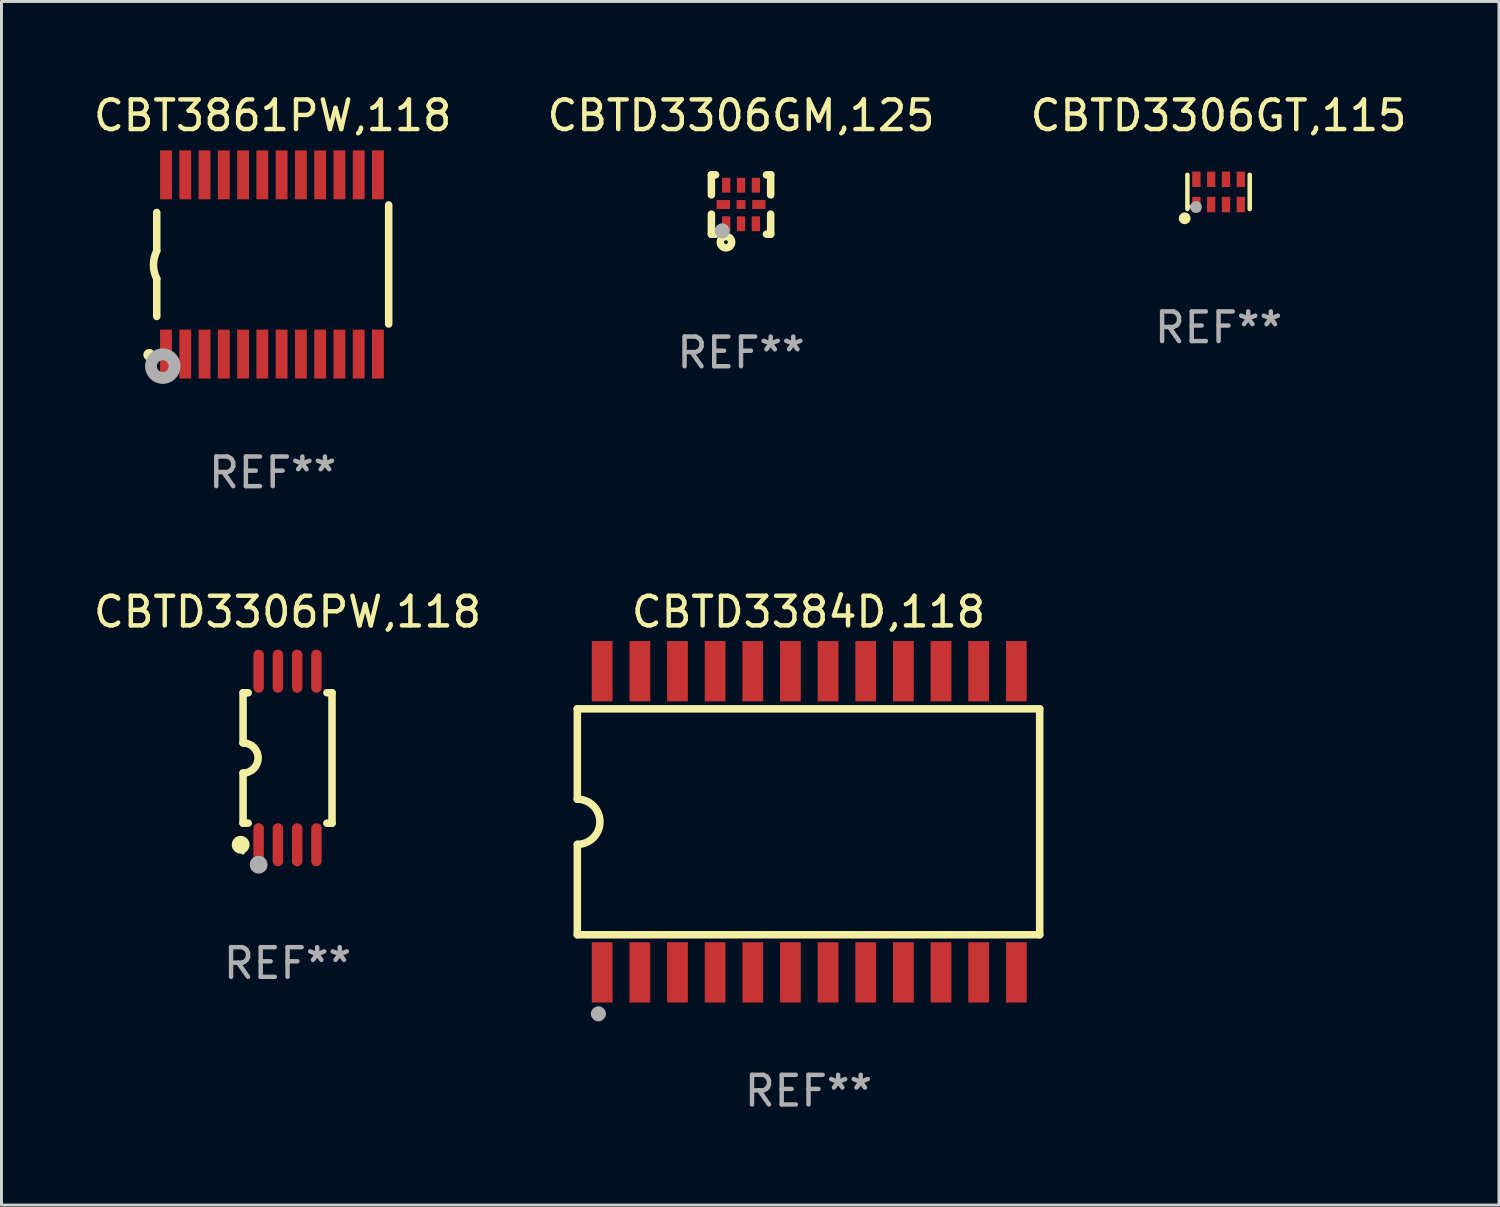
<source format=kicad_pcb>
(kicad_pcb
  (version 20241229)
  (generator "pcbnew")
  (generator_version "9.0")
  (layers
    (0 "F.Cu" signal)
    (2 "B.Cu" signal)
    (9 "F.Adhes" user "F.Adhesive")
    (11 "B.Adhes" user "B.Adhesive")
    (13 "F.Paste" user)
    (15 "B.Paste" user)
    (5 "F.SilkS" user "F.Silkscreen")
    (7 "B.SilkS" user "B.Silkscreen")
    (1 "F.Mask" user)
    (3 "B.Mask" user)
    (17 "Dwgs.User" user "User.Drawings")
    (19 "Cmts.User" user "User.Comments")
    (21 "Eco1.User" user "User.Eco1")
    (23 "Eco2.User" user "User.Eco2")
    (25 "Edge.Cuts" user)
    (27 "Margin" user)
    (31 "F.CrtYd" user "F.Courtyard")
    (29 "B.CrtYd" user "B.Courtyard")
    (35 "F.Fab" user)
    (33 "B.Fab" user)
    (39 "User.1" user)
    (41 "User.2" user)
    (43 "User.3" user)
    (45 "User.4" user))
  (footprint "CBT3861PW,118"
    (layer "F.Cu")
    (at 6.149 5.871)
    (property "Reference" "CBT3861PW,118" (at 0 -5.023 0) (layer "F.SilkS") (effects (font (size 1 1) (thickness 0.15))))
    (attr through_hole)
    (fp_line (start -3.912 -0.483) (end -3.912 -1.753) (stroke (width 0.254) (type solid)) (layer "F.SilkS"))
    (fp_line (start -3.912 1.753) (end -3.912 0.483) (stroke (width 0.254) (type solid)) (layer "F.SilkS"))
    (fp_line (start 3.912 -2.007) (end 3.912 2.007) (stroke (width 0.254) (type solid)) (layer "F.SilkS"))
    (fp_arc (start -3.911608 0.482601) (mid -4.022537 0.0127) (end -3.911608 -0.457201) (stroke (width 0.254001) (type solid)) (layer "F.SilkS"))
    (fp_circle (center -4.166 3.048) (end -4.066 3.048) (stroke (width 0.2) (type solid)) (fill no) (layer "F.SilkS"))
    (fp_circle (center -3.925 3.186) (end -3.895 3.186) (stroke (width 0.06) (type solid)) (fill no) (layer "F.SilkS"))
    (fp_circle (center -3.708 3.429) (end -3.509 3.429) (stroke (width 0.4) (type solid)) (fill no) (layer "F.Fab"))
    (fp_text user "REF**" (at 0 7.023 0) (layer "F.Fab") (effects (font (size 1 1) (thickness 0.15))))
    (pad "1" smd rect (at -3.6 3.023) (size 0.4 1.65) (layers "F.Cu" "F.Mask" "F.Paste"))
    (pad "2" smd rect (at -2.95 3.023) (size 0.4 1.65) (layers "F.Cu" "F.Mask" "F.Paste"))
    (pad "3" smd rect (at -2.3 3.023) (size 0.4 1.65) (layers "F.Cu" "F.Mask" "F.Paste"))
    (pad "4" smd rect (at -1.65 3.023) (size 0.4 1.65) (layers "F.Cu" "F.Mask" "F.Paste"))
    (pad "5" smd rect (at -1 3.023) (size 0.4 1.65) (layers "F.Cu" "F.Mask" "F.Paste"))
    (pad "6" smd rect (at -0.35 3.023) (size 0.4 1.65) (layers "F.Cu" "F.Mask" "F.Paste"))
    (pad "7" smd rect (at 0.299 3.023) (size 0.4 1.65) (layers "F.Cu" "F.Mask" "F.Paste"))
    (pad "8" smd rect (at 0.95 3.023) (size 0.4 1.65) (layers "F.Cu" "F.Mask" "F.Paste"))
    (pad "9" smd rect (at 1.6 3.023) (size 0.4 1.65) (layers "F.Cu" "F.Mask" "F.Paste"))
    (pad "10" smd rect (at 2.25 3.023) (size 0.4 1.65) (layers "F.Cu" "F.Mask" "F.Paste"))
    (pad "11" smd rect (at 2.9 3.023) (size 0.4 1.65) (layers "F.Cu" "F.Mask" "F.Paste"))
    (pad "12" smd rect (at 3.549 3.023) (size 0.4 1.65) (layers "F.Cu" "F.Mask" "F.Paste"))
    (pad "13" smd rect (at 3.549 -3.023) (size 0.4 1.65) (layers "F.Cu" "F.Mask" "F.Paste"))
    (pad "14" smd rect (at 2.9 -3.023) (size 0.4 1.65) (layers "F.Cu" "F.Mask" "F.Paste"))
    (pad "15" smd rect (at 2.25 -3.023) (size 0.4 1.65) (layers "F.Cu" "F.Mask" "F.Paste"))
    (pad "16" smd rect (at 1.6 -3.023) (size 0.4 1.65) (layers "F.Cu" "F.Mask" "F.Paste"))
    (pad "17" smd rect (at 0.95 -3.023) (size 0.4 1.65) (layers "F.Cu" "F.Mask" "F.Paste"))
    (pad "18" smd rect (at 0.299 -3.023) (size 0.4 1.65) (layers "F.Cu" "F.Mask" "F.Paste"))
    (pad "19" smd rect (at -0.35 -3.023) (size 0.4 1.65) (layers "F.Cu" "F.Mask" "F.Paste"))
    (pad "20" smd rect (at -1 -3.023) (size 0.4 1.65) (layers "F.Cu" "F.Mask" "F.Paste"))
    (pad "21" smd rect (at -1.65 -3.023) (size 0.4 1.65) (layers "F.Cu" "F.Mask" "F.Paste"))
    (pad "22" smd rect (at -2.3 -3.023) (size 0.4 1.65) (layers "F.Cu" "F.Mask" "F.Paste"))
    (pad "23" smd rect (at -2.95 -3.023) (size 0.4 1.65) (layers "F.Cu" "F.Mask" "F.Paste"))
    (pad "24" smd rect (at -3.6 -3.023) (size 0.4 1.65) (layers "F.Cu" "F.Mask" "F.Paste")))
  (footprint "CBTD3306PW,118"
    (layer "F.Cu")
    (at 6.649 22.517)
    (property "Reference" "CBTD3306PW,118" (at 0 -4.927 0) (layer "F.SilkS") (effects (font (size 1 1) (thickness 0.15))))
    (attr through_hole)
    (fp_line (start -1.5 -2.2) (end -1.5 -0.508) (stroke (width 0.254) (type solid)) (layer "F.SilkS"))
    (fp_line (start -1.5 -2.2) (end -1.328 -2.2) (stroke (width 0.254) (type solid)) (layer "F.SilkS"))
    (fp_line (start -1.5 2.2) (end -1.5 0.508) (stroke (width 0.254) (type solid)) (layer "F.SilkS"))
    (fp_line (start -1.5 2.2) (end -1.328 2.2) (stroke (width 0.254) (type solid)) (layer "F.SilkS"))
    (fp_line (start 1.328 -2.2) (end 1.5 -2.2) (stroke (width 0.254) (type solid)) (layer "F.SilkS"))
    (fp_line (start 1.328 2.2) (end 1.5 2.2) (stroke (width 0.254) (type solid)) (layer "F.SilkS"))
    (fp_line (start 1.5 -2.2) (end 1.5 2.2) (stroke (width 0.254) (type solid)) (layer "F.SilkS"))
    (fp_arc (start -1.501144 -0.508) (mid -0.993143 -0.000571) (end -1.5 0.508001) (stroke (width 0.254001) (type solid)) (layer "F.SilkS"))
    (fp_circle (center -1.581 2.927) (end -1.431 2.927) (stroke (width 0.3) (type solid)) (fill no) (layer "F.SilkS"))
    (fp_circle (center -1.5 3.2) (end -1.47 3.2) (stroke (width 0.06) (type solid)) (fill no) (layer "F.SilkS"))
    (fp_circle (center -0.975 3.6) (end -0.825 3.6) (stroke (width 0.3) (type solid)) (fill no) (layer "F.Fab"))
    (fp_text user "REF**" (at 0 6.927 0) (layer "F.Fab") (effects (font (size 1 1) (thickness 0.15))))
    (pad "1" smd oval (at -0.975 2.927) (size 0.353 1.454) (layers "F.Cu" "F.Mask" "F.Paste"))
    (pad "2" smd oval (at -0.325 2.927) (size 0.353 1.454) (layers "F.Cu" "F.Mask" "F.Paste"))
    (pad "3" smd oval (at 0.325 2.927) (size 0.353 1.454) (layers "F.Cu" "F.Mask" "F.Paste"))
    (pad "4" smd oval (at 0.975 2.927) (size 0.353 1.454) (layers "F.Cu" "F.Mask" "F.Paste"))
    (pad "5" smd oval (at 0.975 -2.927) (size 0.353 1.454) (layers "F.Cu" "F.Mask" "F.Paste"))
    (pad "6" smd oval (at 0.325 -2.927) (size 0.353 1.454) (layers "F.Cu" "F.Mask" "F.Paste"))
    (pad "7" smd oval (at -0.325 -2.927) (size 0.353 1.454) (layers "F.Cu" "F.Mask" "F.Paste"))
    (pad "8" smd oval (at -0.975 -2.927) (size 0.353 1.454) (layers "F.Cu" "F.Mask" "F.Paste")))
  (footprint "CBTD3306GM,125"
    (layer "F.Cu")
    (at 21.946 3.848)
    (property "Reference" "CBTD3306GM,125" (at 0 -3 0) (layer "F.SilkS") (effects (font (size 1 1) (thickness 0.15))))
    (attr through_hole)
    (fp_line (start -1 -1) (end -0.858 -1) (stroke (width 0.254) (type solid)) (layer "F.SilkS"))
    (fp_line (start -1 -0.325) (end -1 -1) (stroke (width 0.254) (type solid)) (layer "F.SilkS"))
    (fp_line (start -1 1) (end -1 0.325) (stroke (width 0.254) (type solid)) (layer "F.SilkS"))
    (fp_line (start -0.858 1) (end -1 1) (stroke (width 0.254) (type solid)) (layer "F.SilkS"))
    (fp_line (start 0.858 -1) (end 1 -1) (stroke (width 0.254) (type solid)) (layer "F.SilkS"))
    (fp_line (start 1 -1) (end 1 -0.325) (stroke (width 0.254) (type solid)) (layer "F.SilkS"))
    (fp_line (start 1 0.325) (end 1 1) (stroke (width 0.254) (type solid)) (layer "F.SilkS"))
    (fp_line (start 1 1) (end 0.858 1) (stroke (width 0.254) (type solid)) (layer "F.SilkS"))
    (fp_circle (center -0.8 0.8) (end -0.77 0.8) (stroke (width 0.06) (type solid)) (fill no) (layer "F.SilkS"))
    (fp_circle (center -0.508 1.27) (end -0.444 1.27) (stroke (width 0.254) (type solid)) (fill no) (layer "F.SilkS"))
    (fp_circle (center -0.635 0.889) (end -0.508 0.889) (stroke (width 0.254) (type solid)) (fill no) (layer "F.Fab"))
    (fp_text user "REF**" (at 0 5 0) (layer "F.Fab") (effects (font (size 1 1) (thickness 0.15))))
    (pad "1" smd rect (at -0.5 0.65 90) (size 0.5 0.28) (layers "F.Cu" "F.Mask" "F.Paste"))
    (pad "2" smd rect (at 0.000013 0.65 90) (size 0.5 0.28) (layers "F.Cu" "F.Mask" "F.Paste"))
    (pad "3" smd rect (at 0.5 0.65 90) (size 0.5 0.28) (layers "F.Cu" "F.Mask" "F.Paste"))
    (pad "4" smd rect (at 0.6 0.000076 180) (size 0.45 0.3) (layers "F.Cu" "F.Mask" "F.Paste"))
    (pad "5" smd rect (at 0.5 -0.65 90) (size 0.5 0.28) (layers "F.Cu" "F.Mask" "F.Paste"))
    (pad "6" smd rect (at 0.000013 -0.65 90) (size 0.5 0.28) (layers "F.Cu" "F.Mask" "F.Paste"))
    (pad "7" smd rect (at -0.5 -0.65 90) (size 0.5 0.28) (layers "F.Cu" "F.Mask" "F.Paste"))
    (pad "8" smd rect (at -0.6 0.000076 180) (size 0.45 0.3) (layers "F.Cu" "F.Mask" "F.Paste"))
    (pad "9" smd rect (at 0.000013 0.000076 180) (size 0.3 0.3) (layers "F.Cu" "F.Mask" "F.Paste")))
  (footprint "CBTD3384D,118"
    (layer "F.Cu")
    (at 24.222 24.67)
    (property "Reference" "CBTD3384D,118" (at 0 -7.08 0) (layer "F.SilkS") (effects (font (size 1 1) (thickness 0.15))))
    (attr through_hole)
    (fp_line (start -7.798 -3.81) (end -7.798 -0.762) (stroke (width 0.254) (type solid)) (layer "F.SilkS"))
    (fp_line (start -7.798 3.81) (end -7.798 0.762) (stroke (width 0.254) (type solid)) (layer "F.SilkS"))
    (fp_line (start 7.798 -3.81) (end -7.798 -3.81) (stroke (width 0.254) (type solid)) (layer "F.SilkS"))
    (fp_line (start 7.798 3.81) (end -7.798 3.81) (stroke (width 0.254) (type solid)) (layer "F.SilkS"))
    (fp_line (start 7.798 3.81) (end 7.798 -3.81) (stroke (width 0.254) (type solid)) (layer "F.SilkS"))
    (fp_arc (start -7.797791 -0.762002) (mid -7.03579 -0.000001) (end -7.79779 0.762002) (stroke (width 0.254001) (type solid)) (layer "F.SilkS"))
    (fp_circle (center -7.825 3.75) (end -7.795 3.75) (stroke (width 0.06) (type solid)) (fill no) (layer "F.SilkS"))
    (fp_circle (center -7.087 6.477) (end -6.96 6.477) (stroke (width 0.254) (type solid)) (fill no) (layer "F.Fab"))
    (fp_text user "REF**" (at 0 9.08 0) (layer "F.Fab") (effects (font (size 1 1) (thickness 0.15))))
    (pad "1" smd rect (at -6.96 5.08 90) (size 2.032 0.7) (layers "F.Cu" "F.Mask" "F.Paste"))
    (pad "2" smd rect (at -5.69 5.08 90) (size 2.032 0.7) (layers "F.Cu" "F.Mask" "F.Paste"))
    (pad "3" smd rect (at -4.42 5.08 90) (size 2.032 0.7) (layers "F.Cu" "F.Mask" "F.Paste"))
    (pad "4" smd rect (at -3.15 5.08 90) (size 2.032 0.7) (layers "F.Cu" "F.Mask" "F.Paste"))
    (pad "5" smd rect (at -1.88 5.08 90) (size 2.032 0.7) (layers "F.Cu" "F.Mask" "F.Paste"))
    (pad "6" smd rect (at -0.61 5.08 90) (size 2.032 0.7) (layers "F.Cu" "F.Mask" "F.Paste"))
    (pad "7" smd rect (at 0.66 5.08 90) (size 2.032 0.7) (layers "F.Cu" "F.Mask" "F.Paste"))
    (pad "8" smd rect (at 1.93 5.08 90) (size 2.032 0.7) (layers "F.Cu" "F.Mask" "F.Paste"))
    (pad "9" smd rect (at 3.2 5.08 90) (size 2.032 0.7) (layers "F.Cu" "F.Mask" "F.Paste"))
    (pad "10" smd rect (at 4.47 5.08 90) (size 2.032 0.7) (layers "F.Cu" "F.Mask" "F.Paste"))
    (pad "11" smd rect (at 5.74 5.08 90) (size 2.032 0.7) (layers "F.Cu" "F.Mask" "F.Paste"))
    (pad "12" smd rect (at 7.01 5.08 90) (size 2.032 0.7) (layers "F.Cu" "F.Mask" "F.Paste"))
    (pad "13" smd rect (at 7.01 -5.08 90) (size 2.032 0.7) (layers "F.Cu" "F.Mask" "F.Paste"))
    (pad "14" smd rect (at 5.74 -5.08 90) (size 2.032 0.7) (layers "F.Cu" "F.Mask" "F.Paste"))
    (pad "15" smd rect (at 4.47 -5.08 90) (size 2.032 0.7) (layers "F.Cu" "F.Mask" "F.Paste"))
    (pad "16" smd rect (at 3.2 -5.08 90) (size 2.032 0.7) (layers "F.Cu" "F.Mask" "F.Paste"))
    (pad "17" smd rect (at 1.93 -5.08 90) (size 2.032 0.7) (layers "F.Cu" "F.Mask" "F.Paste"))
    (pad "18" smd rect (at 0.66 -5.08 90) (size 2.032 0.7) (layers "F.Cu" "F.Mask" "F.Paste"))
    (pad "19" smd rect (at -0.61 -5.08 90) (size 2.032 0.7) (layers "F.Cu" "F.Mask" "F.Paste"))
    (pad "20" smd rect (at -1.88 -5.08 90) (size 2.032 0.7) (layers "F.Cu" "F.Mask" "F.Paste"))
    (pad "21" smd rect (at -3.15 -5.08 90) (size 2.032 0.7) (layers "F.Cu" "F.Mask" "F.Paste"))
    (pad "22" smd rect (at -4.42 -5.08 90) (size 2.032 0.7) (layers "F.Cu" "F.Mask" "F.Paste"))
    (pad "23" smd rect (at -5.69 -5.08 90) (size 2.032 0.7) (layers "F.Cu" "F.Mask" "F.Paste"))
    (pad "24" smd rect (at -6.96 -5.08 90) (size 2.032 0.7) (layers "F.Cu" "F.Mask" "F.Paste")))
  (footprint "CBTD3306GT,115"
    (layer "F.Cu")
    (at 38.054 3.424)
    (property "Reference" "CBTD3306GT,115" (at 0 -2.576 0) (layer "F.SilkS") (effects (font (size 1 1) (thickness 0.15))))
    (attr through_hole)
    (fp_line (start -1.051 0.576) (end -1.051 -0.576) (stroke (width 0.152) (type solid)) (layer "F.SilkS"))
    (fp_line (start 1.051 -0.576) (end 1.051 0.576) (stroke (width 0.152) (type solid)) (layer "F.SilkS"))
    (fp_circle (center -1.143 0.889) (end -1.043 0.889) (stroke (width 0.2) (type solid)) (fill no) (layer "F.SilkS"))
    (fp_circle (center -0.975 0.5) (end -0.945 0.5) (stroke (width 0.06) (type solid)) (fill no) (layer "F.SilkS"))
    (fp_circle (center -0.762 0.508) (end -0.662 0.508) (stroke (width 0.2) (type solid)) (fill no) (layer "F.Fab"))
    (fp_text user "REF**" (at 0 4.576 0) (layer "F.Fab") (effects (font (size 1 1) (thickness 0.15))))
    (pad "1" smd rect (at -0.75 0.425) (size 0.28 0.521) (layers "F.Cu" "F.Mask" "F.Paste"))
    (pad "2" smd rect (at -0.25 0.425) (size 0.28 0.521) (layers "F.Cu" "F.Mask" "F.Paste"))
    (pad "3" smd rect (at 0.25 0.425) (size 0.28 0.521) (layers "F.Cu" "F.Mask" "F.Paste"))
    (pad "4" smd rect (at 0.75 0.425) (size 0.28 0.521) (layers "F.Cu" "F.Mask" "F.Paste"))
    (pad "5" smd rect (at 0.75 -0.425) (size 0.28 0.521) (layers "F.Cu" "F.Mask" "F.Paste"))
    (pad "6" smd rect (at 0.25 -0.425) (size 0.28 0.521) (layers "F.Cu" "F.Mask" "F.Paste"))
    (pad "7" smd rect (at -0.25 -0.425) (size 0.28 0.521) (layers "F.Cu" "F.Mask" "F.Paste"))
    (pad "8" smd rect (at -0.75 -0.425) (size 0.28 0.521) (layers "F.Cu" "F.Mask" "F.Paste")))
  (gr_rect
    (start -3 -3)
    (end 47.512 37.598)
    (stroke (width 0.1) (type default))
    (fill no)
    (layer "Edge.Cuts")))
</source>
